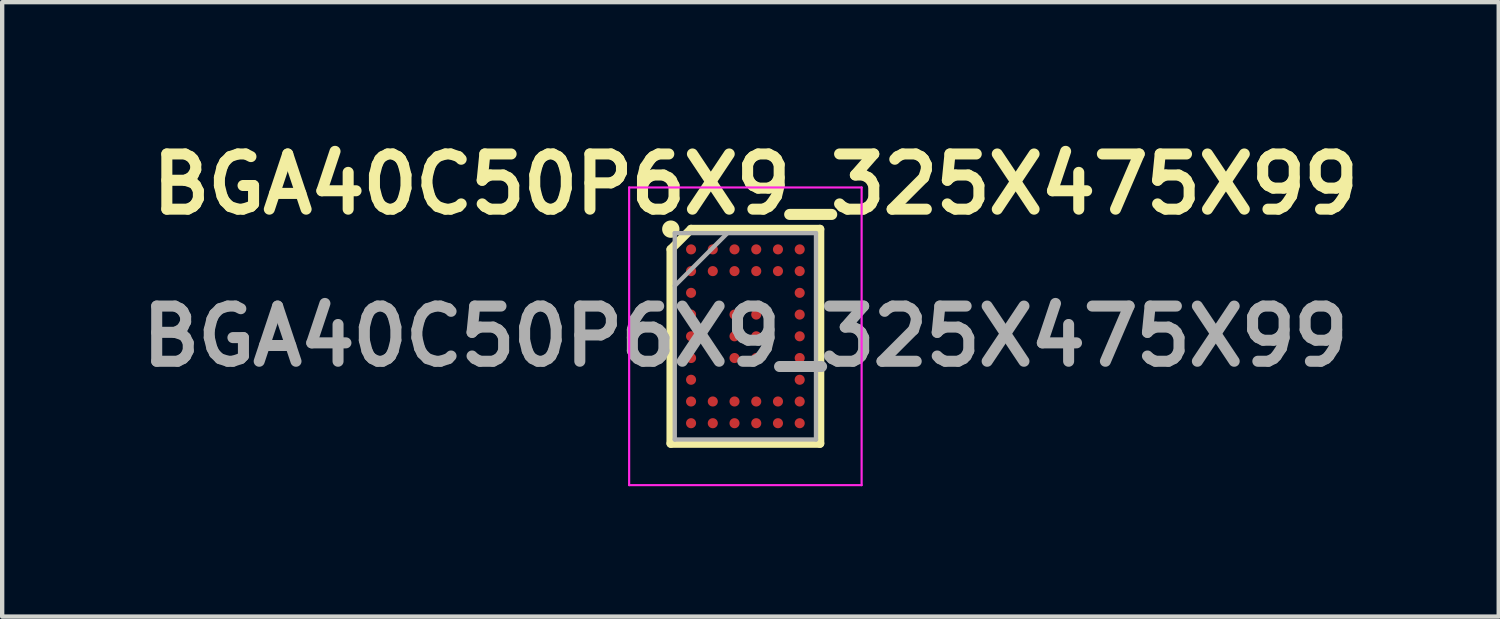
<source format=kicad_pcb>
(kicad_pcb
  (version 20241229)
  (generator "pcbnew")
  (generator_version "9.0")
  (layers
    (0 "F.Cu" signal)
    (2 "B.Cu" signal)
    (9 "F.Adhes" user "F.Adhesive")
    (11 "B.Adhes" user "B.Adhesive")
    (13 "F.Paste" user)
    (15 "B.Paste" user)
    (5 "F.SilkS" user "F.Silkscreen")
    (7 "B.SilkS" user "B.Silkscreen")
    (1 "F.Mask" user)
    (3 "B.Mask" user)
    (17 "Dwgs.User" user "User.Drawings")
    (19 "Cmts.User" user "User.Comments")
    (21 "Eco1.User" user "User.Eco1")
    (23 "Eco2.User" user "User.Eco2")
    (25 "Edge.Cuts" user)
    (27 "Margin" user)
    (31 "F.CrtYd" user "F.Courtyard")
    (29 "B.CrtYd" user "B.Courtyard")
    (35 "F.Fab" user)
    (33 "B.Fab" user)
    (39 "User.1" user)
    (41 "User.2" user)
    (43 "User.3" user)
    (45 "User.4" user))
  (footprint "BGA40C50P6X9_325X475X99"
    (layer "F.Cu")
    (at 14.103 4.689)
    (property "Reference" "BGA40C50P6X9_325X475X99" (at 0.233 -3.5 0) (layer "F.SilkS") (effects (font (size 1.27 1.27) (thickness 0.254))))
    (attr smd)
    (fp_line (start -1.716 -2) (end -1.25 -2.466) (stroke (width 0.2) (type solid)) (layer "F.SilkS"))
    (fp_line (start -1.716 2.466) (end -1.716 -2) (stroke (width 0.2) (type solid)) (layer "F.SilkS"))
    (fp_line (start -1.25 -2.466) (end 1.716 -2.466) (stroke (width 0.2) (type solid)) (layer "F.SilkS"))
    (fp_line (start 1.716 -2.466) (end 1.716 2.466) (stroke (width 0.2) (type solid)) (layer "F.SilkS"))
    (fp_line (start 1.716 2.466) (end -1.716 2.466) (stroke (width 0.2) (type solid)) (layer "F.SilkS"))
    (fp_circle (center -1.716 -2.466) (end -1.716 -2.366) (stroke (width 0.2) (type solid)) (fill no) (layer "F.SilkS"))
    (fp_line (start -2.675 -3.425) (end 2.675 -3.425) (stroke (width 0.05) (type solid)) (layer "F.CrtYd"))
    (fp_line (start -2.675 3.425) (end -2.675 -3.425) (stroke (width 0.05) (type solid)) (layer "F.CrtYd"))
    (fp_line (start 2.675 -3.425) (end 2.675 3.425) (stroke (width 0.05) (type solid)) (layer "F.CrtYd"))
    (fp_line (start 2.675 3.425) (end -2.675 3.425) (stroke (width 0.05) (type solid)) (layer "F.CrtYd"))
    (fp_line (start -1.625 -2.375) (end 1.625 -2.375) (stroke (width 0.1) (type solid)) (layer "F.Fab"))
    (fp_line (start -1.625 -1.162) (end -0.413 -2.374) (stroke (width 0.1) (type solid)) (layer "F.Fab"))
    (fp_line (start -1.625 2.375) (end -1.625 -2.375) (stroke (width 0.1) (type solid)) (layer "F.Fab"))
    (fp_line (start 1.625 -2.375) (end 1.625 2.375) (stroke (width 0.1) (type solid)) (layer "F.Fab"))
    (fp_line (start 1.625 2.375) (end -1.625 2.375) (stroke (width 0.1) (type solid)) (layer "F.Fab"))
    (fp_text user "${REFERENCE}" (at 0 0 0) (layer "F.Fab") (effects (font (size 1.27 1.27) (thickness 0.254))))
    (pad "A1" smd circle (at -1.25 -2 90) (size 0.232 0.232) (layers "F.Cu" "F.Mask" "F.Paste"))
    (pad "A2" smd circle (at -0.75 -2 90) (size 0.232 0.232) (layers "F.Cu" "F.Mask" "F.Paste"))
    (pad "A3" smd circle (at -0.25 -2 90) (size 0.232 0.232) (layers "F.Cu" "F.Mask" "F.Paste"))
    (pad "A4" smd circle (at 0.25 -2 90) (size 0.232 0.232) (layers "F.Cu" "F.Mask" "F.Paste"))
    (pad "A5" smd circle (at 0.75 -2 90) (size 0.232 0.232) (layers "F.Cu" "F.Mask" "F.Paste"))
    (pad "A6" smd circle (at 1.25 -2 90) (size 0.232 0.232) (layers "F.Cu" "F.Mask" "F.Paste"))
    (pad "B1" smd circle (at -1.25 -1.5 90) (size 0.232 0.232) (layers "F.Cu" "F.Mask" "F.Paste"))
    (pad "B2" smd circle (at -0.75 -1.5 90) (size 0.232 0.232) (layers "F.Cu" "F.Mask" "F.Paste"))
    (pad "B3" smd circle (at -0.25 -1.5 90) (size 0.232 0.232) (layers "F.Cu" "F.Mask" "F.Paste"))
    (pad "B4" smd circle (at 0.25 -1.5 90) (size 0.232 0.232) (layers "F.Cu" "F.Mask" "F.Paste"))
    (pad "B5" smd circle (at 0.75 -1.5 90) (size 0.232 0.232) (layers "F.Cu" "F.Mask" "F.Paste"))
    (pad "B6" smd circle (at 1.25 -1.5 90) (size 0.232 0.232) (layers "F.Cu" "F.Mask" "F.Paste"))
    (pad "C1" smd circle (at -1.25 -1 90) (size 0.232 0.232) (layers "F.Cu" "F.Mask" "F.Paste"))
    (pad "C6" smd circle (at 1.25 -1 90) (size 0.232 0.232) (layers "F.Cu" "F.Mask" "F.Paste"))
    (pad "D1" smd circle (at -1.25 -0.5 90) (size 0.232 0.232) (layers "F.Cu" "F.Mask" "F.Paste"))
    (pad "D3" smd circle (at -0.25 -0.5 90) (size 0.232 0.232) (layers "F.Cu" "F.Mask" "F.Paste"))
    (pad "D4" smd circle (at 0.25 -0.5 90) (size 0.232 0.232) (layers "F.Cu" "F.Mask" "F.Paste"))
    (pad "D6" smd circle (at 1.25 -0.5 90) (size 0.232 0.232) (layers "F.Cu" "F.Mask" "F.Paste"))
    (pad "E1" smd circle (at -1.25 0 90) (size 0.232 0.232) (layers "F.Cu" "F.Mask" "F.Paste"))
    (pad "E3" smd circle (at -0.25 0 90) (size 0.232 0.232) (layers "F.Cu" "F.Mask" "F.Paste"))
    (pad "E4" smd circle (at 0.25 0 90) (size 0.232 0.232) (layers "F.Cu" "F.Mask" "F.Paste"))
    (pad "E6" smd circle (at 1.25 0 90) (size 0.232 0.232) (layers "F.Cu" "F.Mask" "F.Paste"))
    (pad "F1" smd circle (at -1.25 0.5 90) (size 0.232 0.232) (layers "F.Cu" "F.Mask" "F.Paste"))
    (pad "F3" smd circle (at -0.25 0.5 90) (size 0.232 0.232) (layers "F.Cu" "F.Mask" "F.Paste"))
    (pad "F4" smd circle (at 0.25 0.5 90) (size 0.232 0.232) (layers "F.Cu" "F.Mask" "F.Paste"))
    (pad "F6" smd circle (at 1.25 0.5 90) (size 0.232 0.232) (layers "F.Cu" "F.Mask" "F.Paste"))
    (pad "G1" smd circle (at -1.25 1 90) (size 0.232 0.232) (layers "F.Cu" "F.Mask" "F.Paste"))
    (pad "G6" smd circle (at 1.25 1 90) (size 0.232 0.232) (layers "F.Cu" "F.Mask" "F.Paste"))
    (pad "H1" smd circle (at -1.25 1.5 90) (size 0.232 0.232) (layers "F.Cu" "F.Mask" "F.Paste"))
    (pad "H2" smd circle (at -0.75 1.5 90) (size 0.232 0.232) (layers "F.Cu" "F.Mask" "F.Paste"))
    (pad "H3" smd circle (at -0.25 1.5 90) (size 0.232 0.232) (layers "F.Cu" "F.Mask" "F.Paste"))
    (pad "H4" smd circle (at 0.25 1.5 90) (size 0.232 0.232) (layers "F.Cu" "F.Mask" "F.Paste"))
    (pad "H5" smd circle (at 0.75 1.5 90) (size 0.232 0.232) (layers "F.Cu" "F.Mask" "F.Paste"))
    (pad "H6" smd circle (at 1.25 1.5 90) (size 0.232 0.232) (layers "F.Cu" "F.Mask" "F.Paste"))
    (pad "J1" smd circle (at -1.25 2 90) (size 0.232 0.232) (layers "F.Cu" "F.Mask" "F.Paste"))
    (pad "J2" smd circle (at -0.75 2 90) (size 0.232 0.232) (layers "F.Cu" "F.Mask" "F.Paste"))
    (pad "J3" smd circle (at -0.25 2 90) (size 0.232 0.232) (layers "F.Cu" "F.Mask" "F.Paste"))
    (pad "J4" smd circle (at 0.25 2 90) (size 0.232 0.232) (layers "F.Cu" "F.Mask" "F.Paste"))
    (pad "J5" smd circle (at 0.75 2 90) (size 0.232 0.232) (layers "F.Cu" "F.Mask" "F.Paste"))
    (pad "J6" smd circle (at 1.25 2 90) (size 0.232 0.232) (layers "F.Cu" "F.Mask" "F.Paste")))
  (gr_rect
    (start -3 -3)
    (end 31.439 11.139)
    (stroke (width 0.1) (type default))
    (fill no)
    (layer "Edge.Cuts")))
</source>
